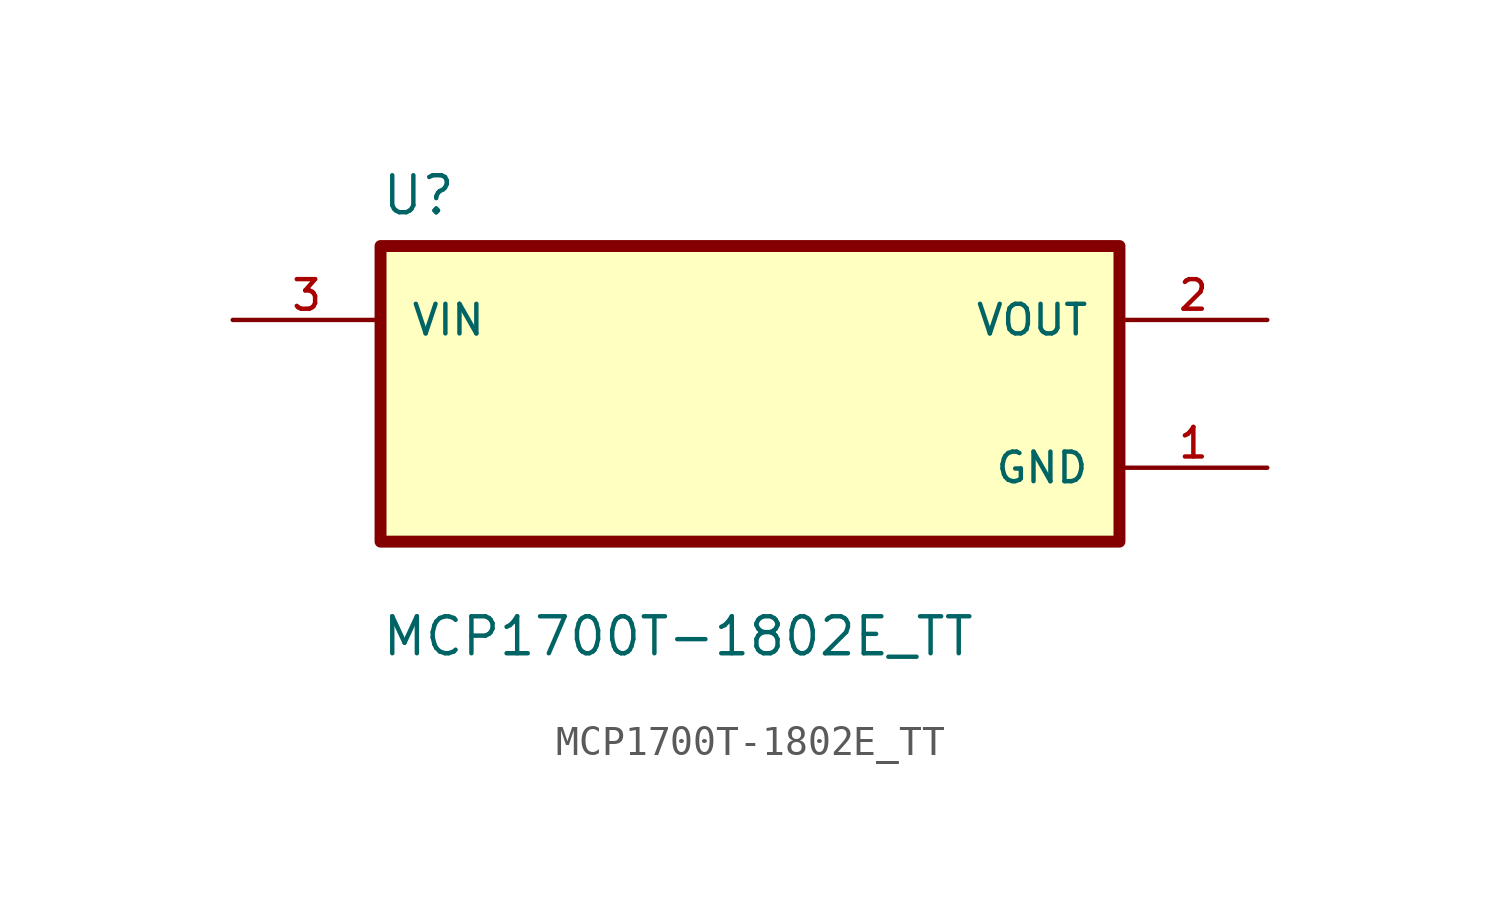
<source format=kicad_sym>
(kicad_symbol_lib
  (version 20211014)
  (generator kicad_symbol_editor)
  (symbol "MCP1700T-1802E_TT"
    (pin_names
      (offset 1.016))
    (property "Reference" "U"
      (at -12.7 6.08 0.0)
      (effects (font (size 1.27 1.27)) (justify bottom left)))
    (property "Value" "MCP1700T-1802E_TT"
      (at -12.7 -9.08 0.0)
      (effects (font (size 1.27 1.27)) (justify bottom left)))
    (symbol "MCP1700T-1802E_TT_0_0"
      (rectangle (start -12.7 -5.08) (end 12.7 5.08) (stroke (width 0.41)) (fill (type background)))
      (pin input line (at -17.78 2.54 0) (length 5.08) (name "VIN" (effects (font (size 1.016 1.016)))) (number "3" (effects (font (size 1.016 1.016)))))
      (pin output line (at 17.78 2.54 180.0) (length 5.08) (name "VOUT" (effects (font (size 1.016 1.016)))) (number "2" (effects (font (size 1.016 1.016)))))
      (pin power_in line (at 17.78 -2.54 180.0) (length 5.08) (name "GND" (effects (font (size 1.016 1.016)))) (number "1" (effects (font (size 1.016 1.016))))))))
</source>
